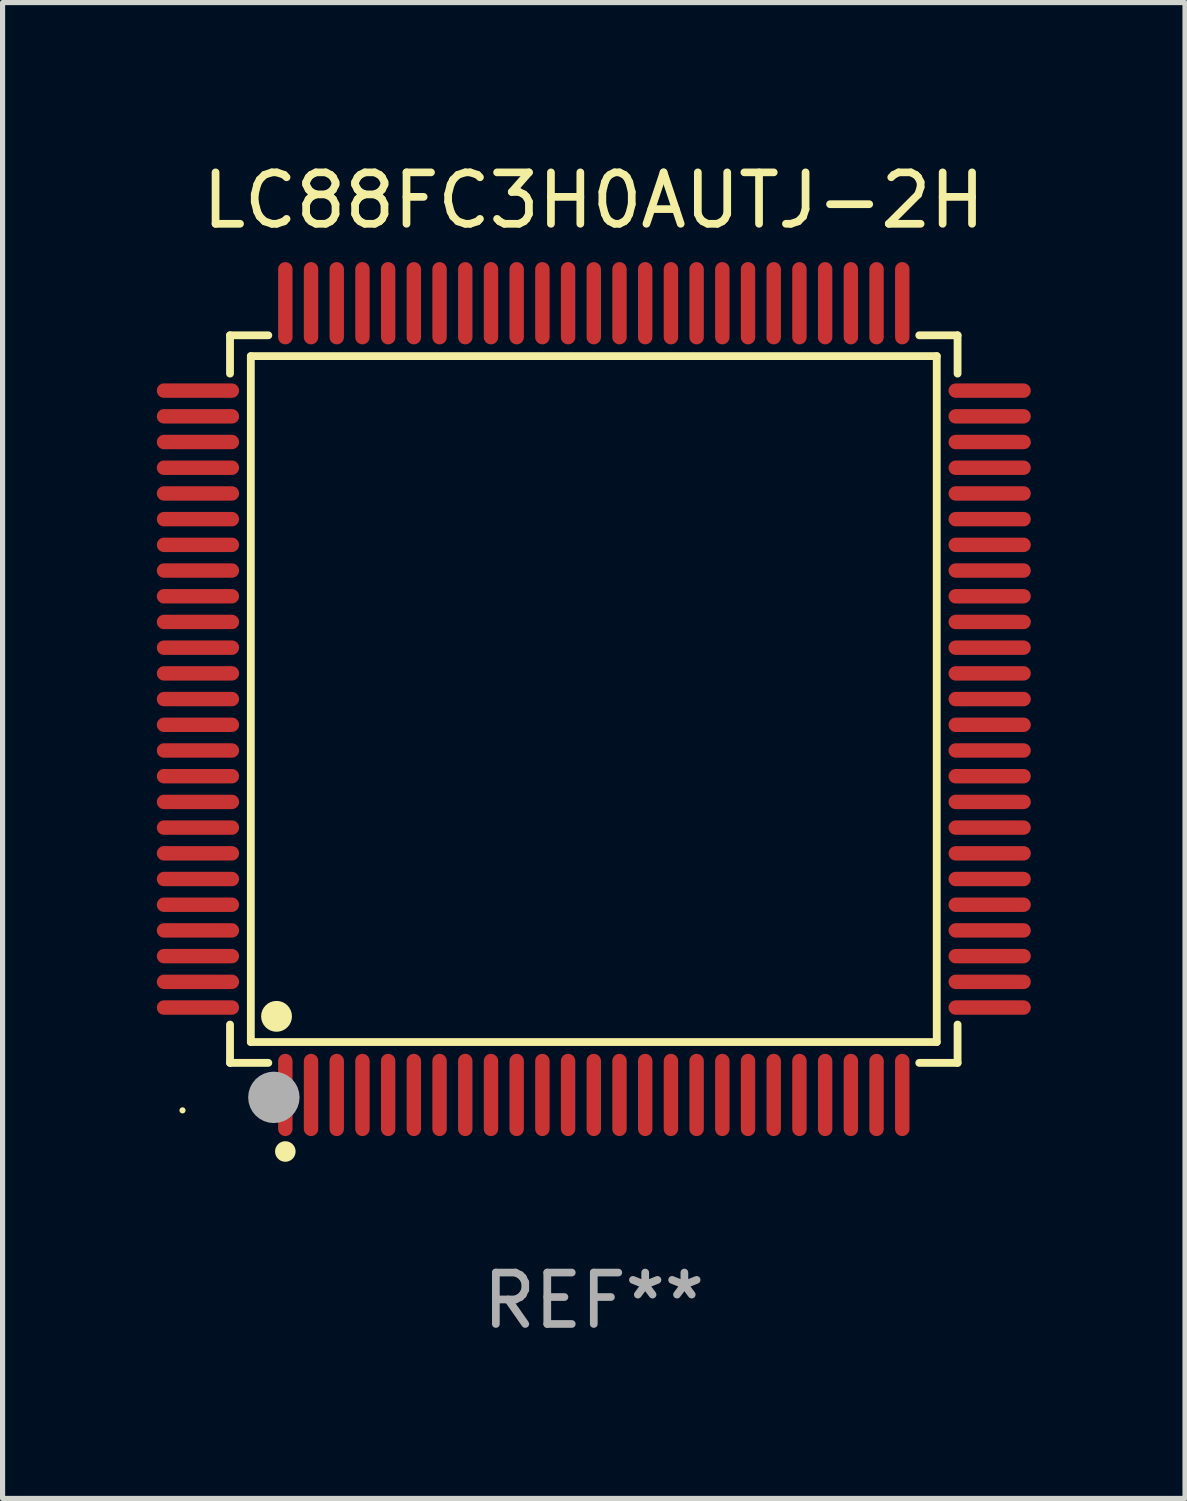
<source format=kicad_pcb>
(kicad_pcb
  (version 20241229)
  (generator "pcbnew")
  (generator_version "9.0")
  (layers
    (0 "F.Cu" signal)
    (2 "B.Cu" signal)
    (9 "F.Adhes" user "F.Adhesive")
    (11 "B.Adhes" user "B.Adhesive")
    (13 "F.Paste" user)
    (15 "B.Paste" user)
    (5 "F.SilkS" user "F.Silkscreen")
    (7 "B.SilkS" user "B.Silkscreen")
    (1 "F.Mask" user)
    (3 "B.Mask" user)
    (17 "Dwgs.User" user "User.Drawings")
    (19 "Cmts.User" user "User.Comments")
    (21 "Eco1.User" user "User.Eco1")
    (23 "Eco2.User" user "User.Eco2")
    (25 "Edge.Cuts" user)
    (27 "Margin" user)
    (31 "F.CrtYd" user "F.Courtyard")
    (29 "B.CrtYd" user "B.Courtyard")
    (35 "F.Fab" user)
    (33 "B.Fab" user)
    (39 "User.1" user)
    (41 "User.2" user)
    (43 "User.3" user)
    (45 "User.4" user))
  (footprint "LC88FC3H0AUTJ-2H"
    (layer "F.Cu")
    (at 8.5 10.548)
    (property "Reference" "LC88FC3H0AUTJ-2H" (at 0 -9.7 0) (layer "F.SilkS") (effects (font (size 1 1) (thickness 0.15))))
    (attr through_hole)
    (fp_line (start -7.076 -7.076) (end -6.331 -7.076) (stroke (width 0.152) (type solid)) (layer "F.SilkS"))
    (fp_line (start -7.076 -6.331) (end -7.076 -7.076) (stroke (width 0.152) (type solid)) (layer "F.SilkS"))
    (fp_line (start -7.076 6.331) (end -7.076 7.076) (stroke (width 0.152) (type solid)) (layer "F.SilkS"))
    (fp_line (start -7.076 7.076) (end -6.331 7.076) (stroke (width 0.152) (type solid)) (layer "F.SilkS"))
    (fp_line (start -6.671 -6.671) (end 6.671 -6.671) (stroke (width 0.152) (type solid)) (layer "F.SilkS"))
    (fp_line (start -6.671 6.671) (end -6.671 -6.671) (stroke (width 0.152) (type solid)) (layer "F.SilkS"))
    (fp_line (start 6.671 -6.671) (end 6.671 6.671) (stroke (width 0.152) (type solid)) (layer "F.SilkS"))
    (fp_line (start 6.671 6.671) (end -6.671 6.671) (stroke (width 0.152) (type solid)) (layer "F.SilkS"))
    (fp_line (start 7.076 -7.076) (end 6.331 -7.076) (stroke (width 0.152) (type solid)) (layer "F.SilkS"))
    (fp_line (start 7.076 -6.331) (end 7.076 -7.076) (stroke (width 0.152) (type solid)) (layer "F.SilkS"))
    (fp_line (start 7.076 6.331) (end 7.076 7.076) (stroke (width 0.152) (type solid)) (layer "F.SilkS"))
    (fp_line (start 7.076 7.076) (end 6.331 7.076) (stroke (width 0.152) (type solid)) (layer "F.SilkS"))
    (fp_circle (center -8 8) (end -7.97 8) (stroke (width 0.06) (type solid)) (fill no) (layer "F.SilkS"))
    (fp_circle (center -6.171 6.171) (end -6.021 6.171) (stroke (width 0.3) (type solid)) (fill no) (layer "F.SilkS"))
    (fp_circle (center -6 8.8) (end -5.9 8.8) (stroke (width 0.2) (type solid)) (fill no) (layer "F.SilkS"))
    (fp_circle (center -6.223 7.747) (end -5.973 7.747) (stroke (width 0.5) (type solid)) (fill no) (layer "F.Fab"))
    (fp_text user "REF**" (at 0 11.7 0) (layer "F.Fab") (effects (font (size 1 1) (thickness 0.15))))
    (pad "1" smd oval (at -6 7.7) (size 0.28 1.6) (layers "F.Cu" "F.Mask" "F.Paste"))
    (pad "2" smd oval (at -5.5 7.7) (size 0.28 1.6) (layers "F.Cu" "F.Mask" "F.Paste"))
    (pad "3" smd oval (at -5 7.7) (size 0.28 1.6) (layers "F.Cu" "F.Mask" "F.Paste"))
    (pad "4" smd oval (at -4.5 7.7) (size 0.28 1.6) (layers "F.Cu" "F.Mask" "F.Paste"))
    (pad "5" smd oval (at -4 7.7) (size 0.28 1.6) (layers "F.Cu" "F.Mask" "F.Paste"))
    (pad "6" smd oval (at -3.5 7.7) (size 0.28 1.6) (layers "F.Cu" "F.Mask" "F.Paste"))
    (pad "7" smd oval (at -3 7.7) (size 0.28 1.6) (layers "F.Cu" "F.Mask" "F.Paste"))
    (pad "8" smd oval (at -2.5 7.7) (size 0.28 1.6) (layers "F.Cu" "F.Mask" "F.Paste"))
    (pad "9" smd oval (at -2 7.7) (size 0.28 1.6) (layers "F.Cu" "F.Mask" "F.Paste"))
    (pad "10" smd oval (at -1.5 7.7) (size 0.28 1.6) (layers "F.Cu" "F.Mask" "F.Paste"))
    (pad "11" smd oval (at -1 7.7) (size 0.28 1.6) (layers "F.Cu" "F.Mask" "F.Paste"))
    (pad "12" smd oval (at -0.5 7.7) (size 0.28 1.6) (layers "F.Cu" "F.Mask" "F.Paste"))
    (pad "13" smd oval (at 0 7.7) (size 0.28 1.6) (layers "F.Cu" "F.Mask" "F.Paste"))
    (pad "14" smd oval (at 0.5 7.7) (size 0.28 1.6) (layers "F.Cu" "F.Mask" "F.Paste"))
    (pad "15" smd oval (at 1 7.7) (size 0.28 1.6) (layers "F.Cu" "F.Mask" "F.Paste"))
    (pad "16" smd oval (at 1.5 7.7) (size 0.28 1.6) (layers "F.Cu" "F.Mask" "F.Paste"))
    (pad "17" smd oval (at 2 7.7) (size 0.28 1.6) (layers "F.Cu" "F.Mask" "F.Paste"))
    (pad "18" smd oval (at 2.5 7.7) (size 0.28 1.6) (layers "F.Cu" "F.Mask" "F.Paste"))
    (pad "19" smd oval (at 3 7.7) (size 0.28 1.6) (layers "F.Cu" "F.Mask" "F.Paste"))
    (pad "20" smd oval (at 3.5 7.7) (size 0.28 1.6) (layers "F.Cu" "F.Mask" "F.Paste"))
    (pad "21" smd oval (at 4 7.7) (size 0.28 1.6) (layers "F.Cu" "F.Mask" "F.Paste"))
    (pad "22" smd oval (at 4.5 7.7) (size 0.28 1.6) (layers "F.Cu" "F.Mask" "F.Paste"))
    (pad "23" smd oval (at 5 7.7) (size 0.28 1.6) (layers "F.Cu" "F.Mask" "F.Paste"))
    (pad "24" smd oval (at 5.5 7.7) (size 0.28 1.6) (layers "F.Cu" "F.Mask" "F.Paste"))
    (pad "25" smd oval (at 6 7.7) (size 0.28 1.6) (layers "F.Cu" "F.Mask" "F.Paste"))
    (pad "26" smd oval (at 7.7 6) (size 1.6 0.28) (layers "F.Cu" "F.Mask" "F.Paste"))
    (pad "27" smd oval (at 7.7 5.5) (size 1.6 0.28) (layers "F.Cu" "F.Mask" "F.Paste"))
    (pad "28" smd oval (at 7.7 5) (size 1.6 0.28) (layers "F.Cu" "F.Mask" "F.Paste"))
    (pad "29" smd oval (at 7.7 4.5) (size 1.6 0.28) (layers "F.Cu" "F.Mask" "F.Paste"))
    (pad "30" smd oval (at 7.7 4) (size 1.6 0.28) (layers "F.Cu" "F.Mask" "F.Paste"))
    (pad "31" smd oval (at 7.7 3.5) (size 1.6 0.28) (layers "F.Cu" "F.Mask" "F.Paste"))
    (pad "32" smd oval (at 7.7 3) (size 1.6 0.28) (layers "F.Cu" "F.Mask" "F.Paste"))
    (pad "33" smd oval (at 7.7 2.5) (size 1.6 0.28) (layers "F.Cu" "F.Mask" "F.Paste"))
    (pad "34" smd oval (at 7.7 2) (size 1.6 0.28) (layers "F.Cu" "F.Mask" "F.Paste"))
    (pad "35" smd oval (at 7.7 1.5) (size 1.6 0.28) (layers "F.Cu" "F.Mask" "F.Paste"))
    (pad "36" smd oval (at 7.7 1) (size 1.6 0.28) (layers "F.Cu" "F.Mask" "F.Paste"))
    (pad "37" smd oval (at 7.7 0.5) (size 1.6 0.28) (layers "F.Cu" "F.Mask" "F.Paste"))
    (pad "38" smd oval (at 7.7 0) (size 1.6 0.28) (layers "F.Cu" "F.Mask" "F.Paste"))
    (pad "39" smd oval (at 7.7 -0.5) (size 1.6 0.28) (layers "F.Cu" "F.Mask" "F.Paste"))
    (pad "40" smd oval (at 7.7 -1) (size 1.6 0.28) (layers "F.Cu" "F.Mask" "F.Paste"))
    (pad "41" smd oval (at 7.7 -1.5) (size 1.6 0.28) (layers "F.Cu" "F.Mask" "F.Paste"))
    (pad "42" smd oval (at 7.7 -2) (size 1.6 0.28) (layers "F.Cu" "F.Mask" "F.Paste"))
    (pad "43" smd oval (at 7.7 -2.5) (size 1.6 0.28) (layers "F.Cu" "F.Mask" "F.Paste"))
    (pad "44" smd oval (at 7.7 -3) (size 1.6 0.28) (layers "F.Cu" "F.Mask" "F.Paste"))
    (pad "45" smd oval (at 7.7 -3.5) (size 1.6 0.28) (layers "F.Cu" "F.Mask" "F.Paste"))
    (pad "46" smd oval (at 7.7 -4) (size 1.6 0.28) (layers "F.Cu" "F.Mask" "F.Paste"))
    (pad "47" smd oval (at 7.7 -4.5) (size 1.6 0.28) (layers "F.Cu" "F.Mask" "F.Paste"))
    (pad "48" smd oval (at 7.7 -5) (size 1.6 0.28) (layers "F.Cu" "F.Mask" "F.Paste"))
    (pad "49" smd oval (at 7.7 -5.5) (size 1.6 0.28) (layers "F.Cu" "F.Mask" "F.Paste"))
    (pad "50" smd oval (at 7.7 -6) (size 1.6 0.28) (layers "F.Cu" "F.Mask" "F.Paste"))
    (pad "51" smd oval (at 6 -7.7) (size 0.28 1.6) (layers "F.Cu" "F.Mask" "F.Paste"))
    (pad "52" smd oval (at 5.5 -7.7) (size 0.28 1.6) (layers "F.Cu" "F.Mask" "F.Paste"))
    (pad "53" smd oval (at 5 -7.7) (size 0.28 1.6) (layers "F.Cu" "F.Mask" "F.Paste"))
    (pad "54" smd oval (at 4.5 -7.7) (size 0.28 1.6) (layers "F.Cu" "F.Mask" "F.Paste"))
    (pad "55" smd oval (at 4 -7.7) (size 0.28 1.6) (layers "F.Cu" "F.Mask" "F.Paste"))
    (pad "56" smd oval (at 3.5 -7.7) (size 0.28 1.6) (layers "F.Cu" "F.Mask" "F.Paste"))
    (pad "57" smd oval (at 3 -7.7) (size 0.28 1.6) (layers "F.Cu" "F.Mask" "F.Paste"))
    (pad "58" smd oval (at 2.5 -7.7) (size 0.28 1.6) (layers "F.Cu" "F.Mask" "F.Paste"))
    (pad "59" smd oval (at 2 -7.7) (size 0.28 1.6) (layers "F.Cu" "F.Mask" "F.Paste"))
    (pad "60" smd oval (at 1.5 -7.7) (size 0.28 1.6) (layers "F.Cu" "F.Mask" "F.Paste"))
    (pad "61" smd oval (at 1 -7.7) (size 0.28 1.6) (layers "F.Cu" "F.Mask" "F.Paste"))
    (pad "62" smd oval (at 0.5 -7.7) (size 0.28 1.6) (layers "F.Cu" "F.Mask" "F.Paste"))
    (pad "63" smd oval (at 0 -7.7) (size 0.28 1.6) (layers "F.Cu" "F.Mask" "F.Paste"))
    (pad "64" smd oval (at -0.5 -7.7) (size 0.28 1.6) (layers "F.Cu" "F.Mask" "F.Paste"))
    (pad "65" smd oval (at -1 -7.7) (size 0.28 1.6) (layers "F.Cu" "F.Mask" "F.Paste"))
    (pad "66" smd oval (at -1.5 -7.7) (size 0.28 1.6) (layers "F.Cu" "F.Mask" "F.Paste"))
    (pad "67" smd oval (at -2 -7.7) (size 0.28 1.6) (layers "F.Cu" "F.Mask" "F.Paste"))
    (pad "68" smd oval (at -2.5 -7.7) (size 0.28 1.6) (layers "F.Cu" "F.Mask" "F.Paste"))
    (pad "69" smd oval (at -3 -7.7) (size 0.28 1.6) (layers "F.Cu" "F.Mask" "F.Paste"))
    (pad "70" smd oval (at -3.5 -7.7) (size 0.28 1.6) (layers "F.Cu" "F.Mask" "F.Paste"))
    (pad "71" smd oval (at -4 -7.7) (size 0.28 1.6) (layers "F.Cu" "F.Mask" "F.Paste"))
    (pad "72" smd oval (at -4.5 -7.7) (size 0.28 1.6) (layers "F.Cu" "F.Mask" "F.Paste"))
    (pad "73" smd oval (at -5 -7.7) (size 0.28 1.6) (layers "F.Cu" "F.Mask" "F.Paste"))
    (pad "74" smd oval (at -5.5 -7.7) (size 0.28 1.6) (layers "F.Cu" "F.Mask" "F.Paste"))
    (pad "75" smd oval (at -6 -7.7) (size 0.28 1.6) (layers "F.Cu" "F.Mask" "F.Paste"))
    (pad "76" smd oval (at -7.7 -6) (size 1.6 0.28) (layers "F.Cu" "F.Mask" "F.Paste"))
    (pad "77" smd oval (at -7.7 -5.5) (size 1.6 0.28) (layers "F.Cu" "F.Mask" "F.Paste"))
    (pad "78" smd oval (at -7.7 -5) (size 1.6 0.28) (layers "F.Cu" "F.Mask" "F.Paste"))
    (pad "79" smd oval (at -7.7 -4.5) (size 1.6 0.28) (layers "F.Cu" "F.Mask" "F.Paste"))
    (pad "80" smd oval (at -7.7 -4) (size 1.6 0.28) (layers "F.Cu" "F.Mask" "F.Paste"))
    (pad "81" smd oval (at -7.7 -3.5) (size 1.6 0.28) (layers "F.Cu" "F.Mask" "F.Paste"))
    (pad "82" smd oval (at -7.7 -3) (size 1.6 0.28) (layers "F.Cu" "F.Mask" "F.Paste"))
    (pad "83" smd oval (at -7.7 -2.5) (size 1.6 0.28) (layers "F.Cu" "F.Mask" "F.Paste"))
    (pad "84" smd oval (at -7.7 -2) (size 1.6 0.28) (layers "F.Cu" "F.Mask" "F.Paste"))
    (pad "85" smd oval (at -7.7 -1.5) (size 1.6 0.28) (layers "F.Cu" "F.Mask" "F.Paste"))
    (pad "86" smd oval (at -7.7 -1) (size 1.6 0.28) (layers "F.Cu" "F.Mask" "F.Paste"))
    (pad "87" smd oval (at -7.7 -0.5) (size 1.6 0.28) (layers "F.Cu" "F.Mask" "F.Paste"))
    (pad "88" smd oval (at -7.7 0) (size 1.6 0.28) (layers "F.Cu" "F.Mask" "F.Paste"))
    (pad "89" smd oval (at -7.7 0.5) (size 1.6 0.28) (layers "F.Cu" "F.Mask" "F.Paste"))
    (pad "90" smd oval (at -7.7 1) (size 1.6 0.28) (layers "F.Cu" "F.Mask" "F.Paste"))
    (pad "91" smd oval (at -7.7 1.5) (size 1.6 0.28) (layers "F.Cu" "F.Mask" "F.Paste"))
    (pad "92" smd oval (at -7.7 2) (size 1.6 0.28) (layers "F.Cu" "F.Mask" "F.Paste"))
    (pad "93" smd oval (at -7.7 2.5) (size 1.6 0.28) (layers "F.Cu" "F.Mask" "F.Paste"))
    (pad "94" smd oval (at -7.7 3) (size 1.6 0.28) (layers "F.Cu" "F.Mask" "F.Paste"))
    (pad "95" smd oval (at -7.7 3.5) (size 1.6 0.28) (layers "F.Cu" "F.Mask" "F.Paste"))
    (pad "96" smd oval (at -7.7 4) (size 1.6 0.28) (layers "F.Cu" "F.Mask" "F.Paste"))
    (pad "97" smd oval (at -7.7 4.5) (size 1.6 0.28) (layers "F.Cu" "F.Mask" "F.Paste"))
    (pad "98" smd oval (at -7.7 5) (size 1.6 0.28) (layers "F.Cu" "F.Mask" "F.Paste"))
    (pad "99" smd oval (at -7.7 5.5) (size 1.6 0.28) (layers "F.Cu" "F.Mask" "F.Paste"))
    (pad "100" smd oval (at -7.7 6) (size 1.6 0.28) (layers "F.Cu" "F.Mask" "F.Paste")))
  (gr_rect
    (start -3 -3)
    (end 20 26.097)
    (stroke (width 0.1) (type default))
    (fill no)
    (layer "Edge.Cuts")))
</source>
